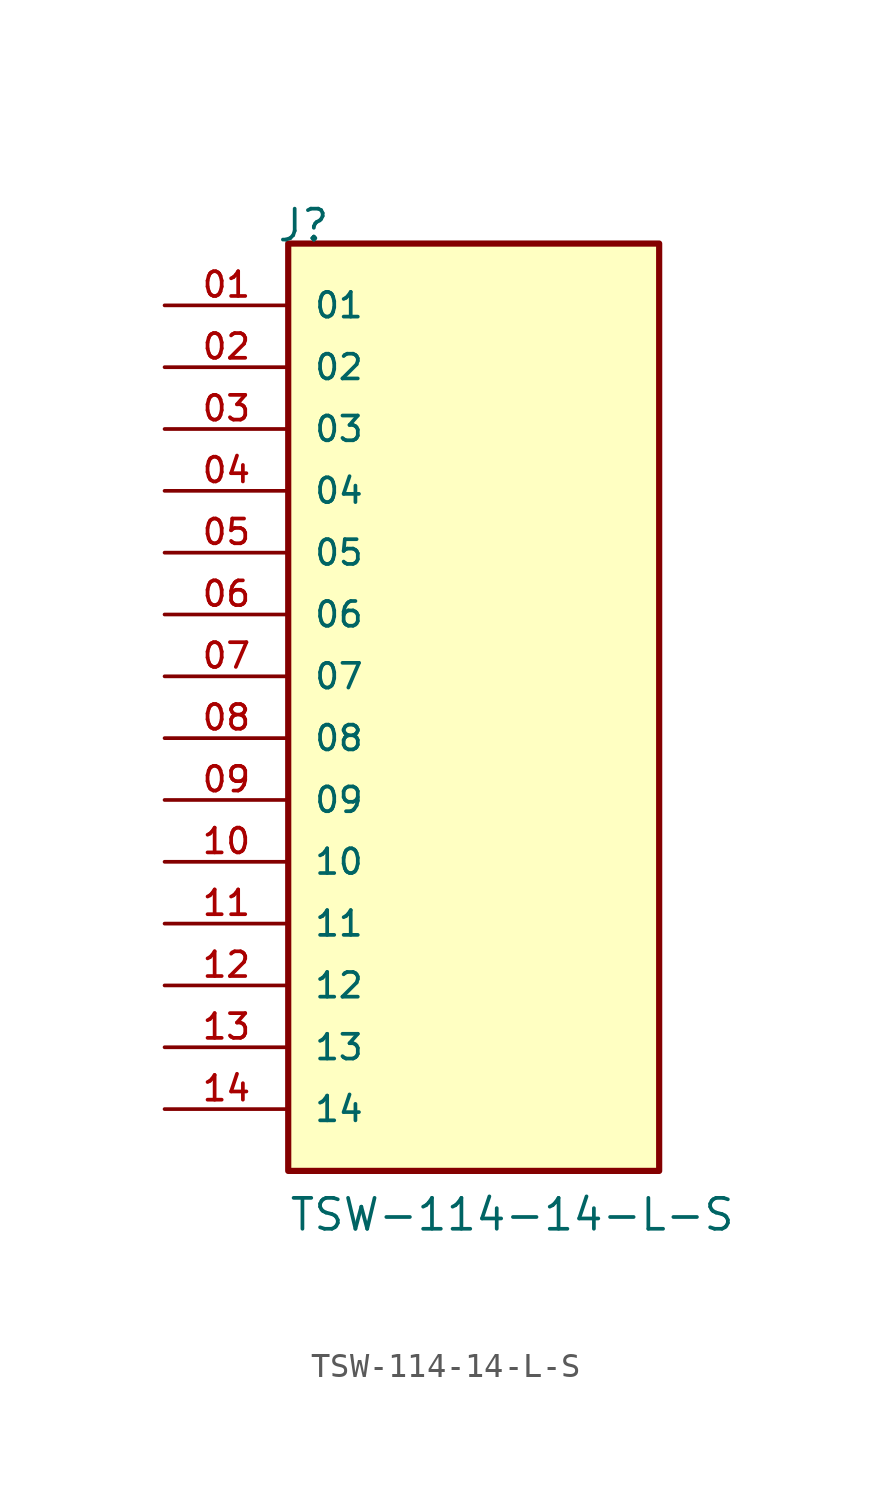
<source format=kicad_sym>
(kicad_symbol_lib
  (version 20211014)
  (generator kicad_symbol_editor)
  (symbol "TSW-114-14-L-S"
    (pin_names
      (offset 1.016))
    (property "Reference" "J"
      (at -8.12 20.32 0)
      (effects (font (size 1.27 1.27)) (justify bottom left)))
    (property "Value" "TSW-114-14-L-S"
      (at -7.62 -20.32 0)
      (effects (font (size 1.27 1.27)) (justify bottom left)))
    (symbol "TSW-114-14-L-S_0_0"
      (rectangle (start -7.62 -17.78) (end 7.62 20.32) (stroke (width 0.254)) (fill (type background)))
      (pin passive line (at -12.7 17.78 0) (length 5.08) (name "01" (effects (font (size 1.016 1.016)))) (number "01" (effects (font (size 1.016 1.016)))))
      (pin passive line (at -12.7 15.24 0) (length 5.08) (name "02" (effects (font (size 1.016 1.016)))) (number "02" (effects (font (size 1.016 1.016)))))
      (pin passive line (at -12.7 12.7 0) (length 5.08) (name "03" (effects (font (size 1.016 1.016)))) (number "03" (effects (font (size 1.016 1.016)))))
      (pin passive line (at -12.7 10.16 0) (length 5.08) (name "04" (effects (font (size 1.016 1.016)))) (number "04" (effects (font (size 1.016 1.016)))))
      (pin passive line (at -12.7 7.62 0) (length 5.08) (name "05" (effects (font (size 1.016 1.016)))) (number "05" (effects (font (size 1.016 1.016)))))
      (pin passive line (at -12.7 5.08 0) (length 5.08) (name "06" (effects (font (size 1.016 1.016)))) (number "06" (effects (font (size 1.016 1.016)))))
      (pin passive line (at -12.7 2.54 0) (length 5.08) (name "07" (effects (font (size 1.016 1.016)))) (number "07" (effects (font (size 1.016 1.016)))))
      (pin passive line (at -12.7 0.0 0) (length 5.08) (name "08" (effects (font (size 1.016 1.016)))) (number "08" (effects (font (size 1.016 1.016)))))
      (pin passive line (at -12.7 -2.54 0) (length 5.08) (name "09" (effects (font (size 1.016 1.016)))) (number "09" (effects (font (size 1.016 1.016)))))
      (pin passive line (at -12.7 -5.08 0) (length 5.08) (name "10" (effects (font (size 1.016 1.016)))) (number "10" (effects (font (size 1.016 1.016)))))
      (pin passive line (at -12.7 -7.62 0) (length 5.08) (name "11" (effects (font (size 1.016 1.016)))) (number "11" (effects (font (size 1.016 1.016)))))
      (pin passive line (at -12.7 -10.16 0) (length 5.08) (name "12" (effects (font (size 1.016 1.016)))) (number "12" (effects (font (size 1.016 1.016)))))
      (pin passive line (at -12.7 -12.7 0) (length 5.08) (name "13" (effects (font (size 1.016 1.016)))) (number "13" (effects (font (size 1.016 1.016)))))
      (pin passive line (at -12.7 -15.24 0) (length 5.08) (name "14" (effects (font (size 1.016 1.016)))) (number "14" (effects (font (size 1.016 1.016))))))))
</source>
